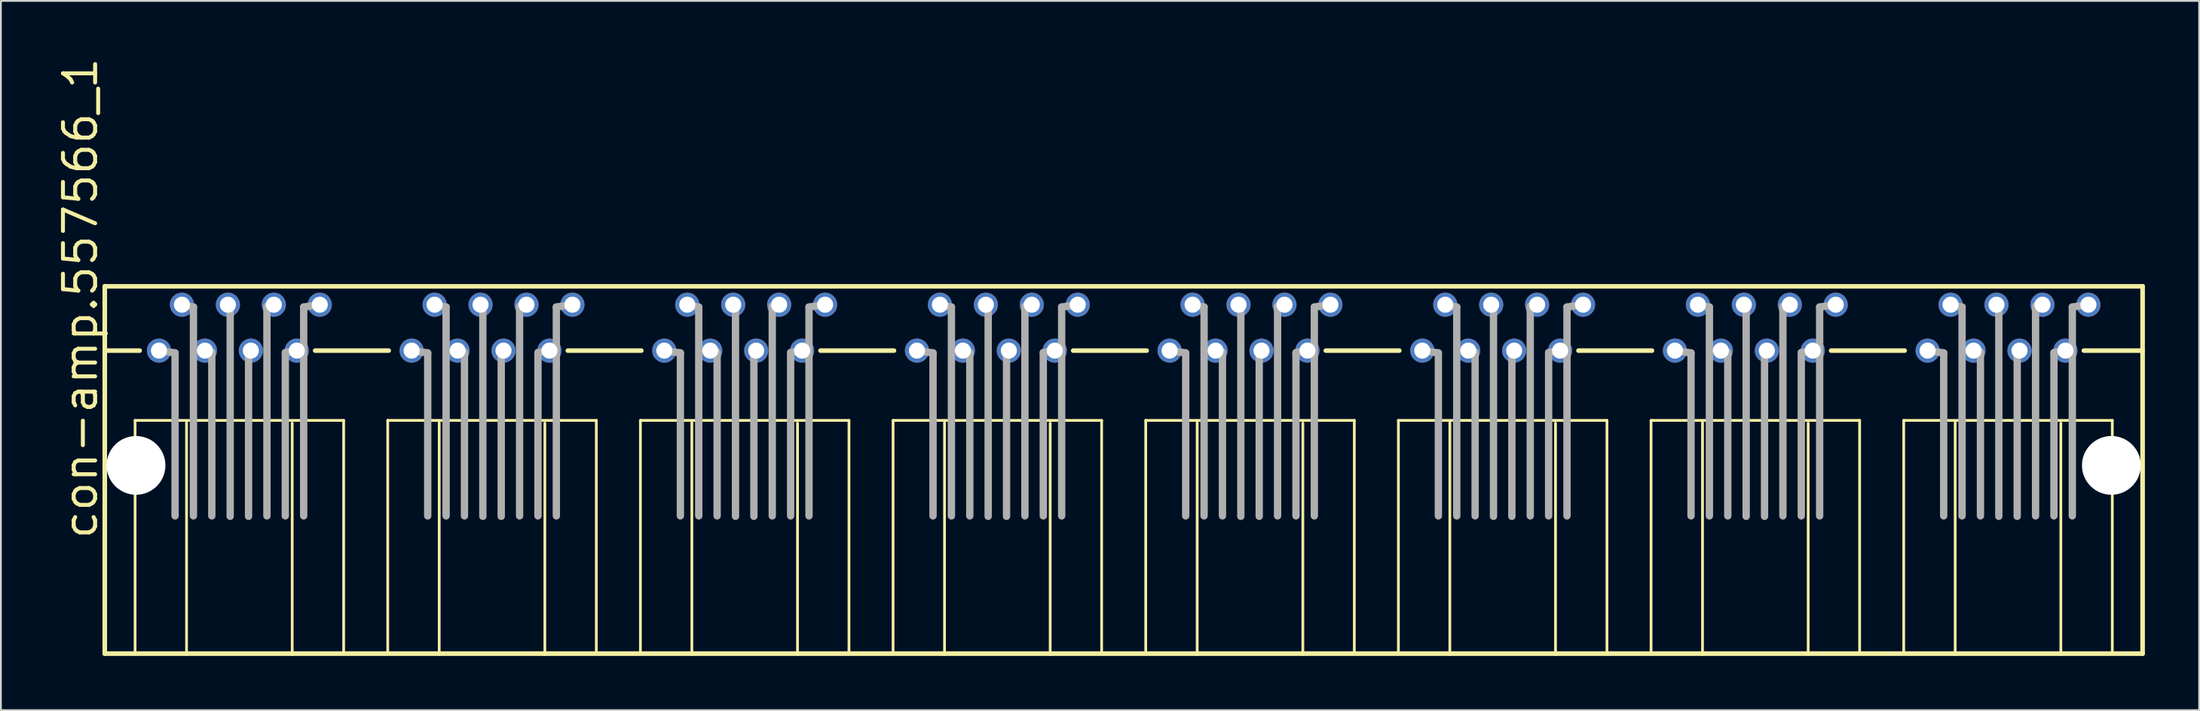
<source format=kicad_pcb>
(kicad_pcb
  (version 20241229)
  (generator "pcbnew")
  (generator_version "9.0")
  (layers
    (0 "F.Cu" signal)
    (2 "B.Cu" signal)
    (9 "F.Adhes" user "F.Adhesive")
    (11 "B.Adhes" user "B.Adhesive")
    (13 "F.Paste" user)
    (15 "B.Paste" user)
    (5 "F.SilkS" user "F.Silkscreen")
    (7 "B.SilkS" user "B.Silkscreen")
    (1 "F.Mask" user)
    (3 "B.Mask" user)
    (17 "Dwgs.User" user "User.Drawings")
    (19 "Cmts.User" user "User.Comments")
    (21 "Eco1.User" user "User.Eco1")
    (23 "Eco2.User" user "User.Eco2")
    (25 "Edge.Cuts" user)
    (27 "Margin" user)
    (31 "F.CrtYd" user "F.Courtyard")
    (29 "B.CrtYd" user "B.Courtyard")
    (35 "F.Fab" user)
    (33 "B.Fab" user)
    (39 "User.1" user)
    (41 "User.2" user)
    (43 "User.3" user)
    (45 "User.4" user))
  (footprint "con-amp.557566_1"
    (layer "F.Cu")
    (at 59.08 22.699)
    (property "Reference" "con-amp.557566_1" (at -56.642 4.191 90) (layer "F.SilkS") (effects (font (size 1.778 1.778) (thickness 0.22)) (justify left bottom)))
    (attr through_hole)
    (fp_line (start -56.337 -9.906) (end -56.337 -6.35) (stroke (width 0.254) (type default)) (layer "F.SilkS"))
    (fp_line (start -56.337 -6.35) (end -56.337 10.414) (stroke (width 0.254) (type default)) (layer "F.SilkS"))
    (fp_line (start -56.337 10.414) (end -51.816 10.414) (stroke (width 0.254) (type default)) (layer "F.SilkS"))
    (fp_line (start -54.661 -2.489) (end -54.661 10.363) (stroke (width 0.152) (type default)) (layer "F.SilkS"))
    (fp_line (start -54.407 -6.35) (end -56.337 -6.35) (stroke (width 0.254) (type default)) (layer "F.SilkS"))
    (fp_line (start -51.816 10.414) (end -51.816 -2.362) (stroke (width 0.152) (type default)) (layer "F.SilkS"))
    (fp_line (start -51.816 10.414) (end -45.974 10.414) (stroke (width 0.254) (type default)) (layer "F.SilkS"))
    (fp_line (start -45.974 -2.337) (end -45.974 10.414) (stroke (width 0.152) (type default)) (layer "F.SilkS"))
    (fp_line (start -45.974 10.414) (end -37.846 10.414) (stroke (width 0.254) (type default)) (layer "F.SilkS"))
    (fp_line (start -44.704 -6.35) (end -40.64 -6.35) (stroke (width 0.254) (type default)) (layer "F.SilkS"))
    (fp_line (start -43.129 -2.489) (end -54.661 -2.489) (stroke (width 0.152) (type default)) (layer "F.SilkS"))
    (fp_line (start -43.129 10.363) (end -43.129 -2.489) (stroke (width 0.152) (type default)) (layer "F.SilkS"))
    (fp_line (start -40.691 -2.489) (end -40.691 10.363) (stroke (width 0.152) (type default)) (layer "F.SilkS"))
    (fp_line (start -37.846 10.414) (end -37.846 -2.362) (stroke (width 0.152) (type default)) (layer "F.SilkS"))
    (fp_line (start -37.846 10.414) (end -32.004 10.414) (stroke (width 0.254) (type default)) (layer "F.SilkS"))
    (fp_line (start -32.004 -2.337) (end -32.004 10.414) (stroke (width 0.152) (type default)) (layer "F.SilkS"))
    (fp_line (start -32.004 10.414) (end -23.876 10.414) (stroke (width 0.254) (type default)) (layer "F.SilkS"))
    (fp_line (start -30.734 -6.35) (end -26.67 -6.35) (stroke (width 0.254) (type default)) (layer "F.SilkS"))
    (fp_line (start -29.159 -2.489) (end -40.691 -2.489) (stroke (width 0.152) (type default)) (layer "F.SilkS"))
    (fp_line (start -29.159 10.363) (end -29.159 -2.489) (stroke (width 0.152) (type default)) (layer "F.SilkS"))
    (fp_line (start -26.721 -2.489) (end -26.721 10.363) (stroke (width 0.152) (type default)) (layer "F.SilkS"))
    (fp_line (start -23.876 10.414) (end -23.876 -2.362) (stroke (width 0.152) (type default)) (layer "F.SilkS"))
    (fp_line (start -23.876 10.414) (end -18.034 10.414) (stroke (width 0.254) (type default)) (layer "F.SilkS"))
    (fp_line (start -18.034 -2.337) (end -18.034 10.414) (stroke (width 0.152) (type default)) (layer "F.SilkS"))
    (fp_line (start -18.034 10.414) (end -9.906 10.414) (stroke (width 0.254) (type default)) (layer "F.SilkS"))
    (fp_line (start -16.764 -6.35) (end -12.7 -6.35) (stroke (width 0.254) (type default)) (layer "F.SilkS"))
    (fp_line (start -15.189 -2.489) (end -26.721 -2.489) (stroke (width 0.152) (type default)) (layer "F.SilkS"))
    (fp_line (start -15.189 10.363) (end -15.189 -2.489) (stroke (width 0.152) (type default)) (layer "F.SilkS"))
    (fp_line (start -12.751 -2.489) (end -12.751 10.363) (stroke (width 0.152) (type default)) (layer "F.SilkS"))
    (fp_line (start -9.906 10.414) (end -9.906 -2.362) (stroke (width 0.152) (type default)) (layer "F.SilkS"))
    (fp_line (start -9.906 10.414) (end -4.064 10.414) (stroke (width 0.254) (type default)) (layer "F.SilkS"))
    (fp_line (start -4.064 -2.337) (end -4.064 10.414) (stroke (width 0.152) (type default)) (layer "F.SilkS"))
    (fp_line (start -4.064 10.414) (end 4.064 10.414) (stroke (width 0.254) (type default)) (layer "F.SilkS"))
    (fp_line (start -2.794 -6.35) (end 1.27 -6.35) (stroke (width 0.254) (type default)) (layer "F.SilkS"))
    (fp_line (start -1.219 -2.489) (end -12.751 -2.489) (stroke (width 0.152) (type default)) (layer "F.SilkS"))
    (fp_line (start -1.219 10.363) (end -1.219 -2.489) (stroke (width 0.152) (type default)) (layer "F.SilkS"))
    (fp_line (start 1.219 -2.489) (end 1.219 10.363) (stroke (width 0.152) (type default)) (layer "F.SilkS"))
    (fp_line (start 4.064 10.414) (end 4.064 -2.362) (stroke (width 0.152) (type default)) (layer "F.SilkS"))
    (fp_line (start 4.064 10.414) (end 9.906 10.414) (stroke (width 0.254) (type default)) (layer "F.SilkS"))
    (fp_line (start 9.906 -2.337) (end 9.906 10.414) (stroke (width 0.152) (type default)) (layer "F.SilkS"))
    (fp_line (start 9.906 10.414) (end 18.034 10.414) (stroke (width 0.254) (type default)) (layer "F.SilkS"))
    (fp_line (start 11.176 -6.35) (end 15.24 -6.35) (stroke (width 0.254) (type default)) (layer "F.SilkS"))
    (fp_line (start 12.751 -2.489) (end 1.219 -2.489) (stroke (width 0.152) (type default)) (layer "F.SilkS"))
    (fp_line (start 12.751 10.363) (end 12.751 -2.489) (stroke (width 0.152) (type default)) (layer "F.SilkS"))
    (fp_line (start 15.189 -2.489) (end 15.189 10.363) (stroke (width 0.152) (type default)) (layer "F.SilkS"))
    (fp_line (start 18.034 10.414) (end 18.034 -2.362) (stroke (width 0.152) (type default)) (layer "F.SilkS"))
    (fp_line (start 18.034 10.414) (end 23.876 10.414) (stroke (width 0.254) (type default)) (layer "F.SilkS"))
    (fp_line (start 23.876 -2.337) (end 23.876 10.414) (stroke (width 0.152) (type default)) (layer "F.SilkS"))
    (fp_line (start 23.876 10.414) (end 32.004 10.414) (stroke (width 0.254) (type default)) (layer "F.SilkS"))
    (fp_line (start 25.146 -6.35) (end 29.21 -6.35) (stroke (width 0.254) (type default)) (layer "F.SilkS"))
    (fp_line (start 26.721 -2.489) (end 15.189 -2.489) (stroke (width 0.152) (type default)) (layer "F.SilkS"))
    (fp_line (start 26.721 10.363) (end 26.721 -2.489) (stroke (width 0.152) (type default)) (layer "F.SilkS"))
    (fp_line (start 29.159 -2.489) (end 29.159 10.363) (stroke (width 0.152) (type default)) (layer "F.SilkS"))
    (fp_line (start 32.004 10.414) (end 32.004 -2.362) (stroke (width 0.152) (type default)) (layer "F.SilkS"))
    (fp_line (start 32.004 10.414) (end 37.846 10.414) (stroke (width 0.254) (type default)) (layer "F.SilkS"))
    (fp_line (start 37.846 -2.337) (end 37.846 10.414) (stroke (width 0.152) (type default)) (layer "F.SilkS"))
    (fp_line (start 37.846 10.414) (end 45.974 10.414) (stroke (width 0.254) (type default)) (layer "F.SilkS"))
    (fp_line (start 39.116 -6.35) (end 43.18 -6.35) (stroke (width 0.254) (type default)) (layer "F.SilkS"))
    (fp_line (start 40.691 -2.489) (end 29.159 -2.489) (stroke (width 0.152) (type default)) (layer "F.SilkS"))
    (fp_line (start 40.691 10.363) (end 40.691 -2.489) (stroke (width 0.152) (type default)) (layer "F.SilkS"))
    (fp_line (start 43.129 -2.489) (end 43.129 10.363) (stroke (width 0.152) (type default)) (layer "F.SilkS"))
    (fp_line (start 45.974 10.414) (end 45.974 -2.362) (stroke (width 0.152) (type default)) (layer "F.SilkS"))
    (fp_line (start 45.974 10.414) (end 51.816 10.414) (stroke (width 0.254) (type default)) (layer "F.SilkS"))
    (fp_line (start 51.816 -2.337) (end 51.816 10.414) (stroke (width 0.152) (type default)) (layer "F.SilkS"))
    (fp_line (start 51.816 10.414) (end 56.337 10.414) (stroke (width 0.254) (type default)) (layer "F.SilkS"))
    (fp_line (start 53.086 -6.35) (end 56.337 -6.35) (stroke (width 0.254) (type default)) (layer "F.SilkS"))
    (fp_line (start 54.661 -2.489) (end 43.129 -2.489) (stroke (width 0.152) (type default)) (layer "F.SilkS"))
    (fp_line (start 54.661 10.363) (end 54.661 -2.489) (stroke (width 0.152) (type default)) (layer "F.SilkS"))
    (fp_line (start 56.337 -9.906) (end -56.337 -9.906) (stroke (width 0.254) (type default)) (layer "F.SilkS"))
    (fp_line (start 56.337 -6.35) (end 56.337 -9.906) (stroke (width 0.254) (type default)) (layer "F.SilkS"))
    (fp_line (start 56.337 10.414) (end 56.337 -6.35) (stroke (width 0.254) (type default)) (layer "F.SilkS"))
    (fp_line (start -53.34 -6.35) (end -52.451 -6.223) (stroke (width 0.406) (type default)) (layer "F.Fab"))
    (fp_line (start -52.451 -6.223) (end -52.451 2.794) (stroke (width 0.406) (type default)) (layer "F.Fab"))
    (fp_line (start -52.07 -8.865) (end -51.435 -8.763) (stroke (width 0.406) (type default)) (layer "F.Fab"))
    (fp_line (start -51.435 -8.763) (end -51.435 2.794) (stroke (width 0.406) (type default)) (layer "F.Fab"))
    (fp_line (start -50.8 -6.35) (end -50.419 -6.274) (stroke (width 0.406) (type default)) (layer "F.Fab"))
    (fp_line (start -50.419 -6.223) (end -50.419 2.794) (stroke (width 0.406) (type default)) (layer "F.Fab"))
    (fp_line (start -49.53 -8.89) (end -49.403 -8.865) (stroke (width 0.406) (type default)) (layer "F.Fab"))
    (fp_line (start -49.403 -8.763) (end -49.403 2.819) (stroke (width 0.406) (type default)) (layer "F.Fab"))
    (fp_line (start -48.387 -6.223) (end -48.387 2.819) (stroke (width 0.406) (type default)) (layer "F.Fab"))
    (fp_line (start -48.26 -6.35) (end -48.387 -6.299) (stroke (width 0.406) (type default)) (layer "F.Fab"))
    (fp_line (start -47.371 -8.763) (end -47.371 2.794) (stroke (width 0.406) (type default)) (layer "F.Fab"))
    (fp_line (start -46.99 -8.89) (end -47.371 -8.814) (stroke (width 0.406) (type default)) (layer "F.Fab"))
    (fp_line (start -46.355 -6.223) (end -46.355 2.794) (stroke (width 0.406) (type default)) (layer "F.Fab"))
    (fp_line (start -45.72 -6.35) (end -46.355 -6.248) (stroke (width 0.406) (type default)) (layer "F.Fab"))
    (fp_line (start -45.339 -8.763) (end -45.339 2.794) (stroke (width 0.406) (type default)) (layer "F.Fab"))
    (fp_line (start -44.45 -8.89) (end -45.339 -8.763) (stroke (width 0.406) (type default)) (layer "F.Fab"))
    (fp_line (start -39.37 -6.35) (end -38.481 -6.223) (stroke (width 0.406) (type default)) (layer "F.Fab"))
    (fp_line (start -38.481 -6.223) (end -38.481 2.794) (stroke (width 0.406) (type default)) (layer "F.Fab"))
    (fp_line (start -38.1 -8.865) (end -37.465 -8.763) (stroke (width 0.406) (type default)) (layer "F.Fab"))
    (fp_line (start -37.465 -8.763) (end -37.465 2.794) (stroke (width 0.406) (type default)) (layer "F.Fab"))
    (fp_line (start -36.83 -6.35) (end -36.449 -6.274) (stroke (width 0.406) (type default)) (layer "F.Fab"))
    (fp_line (start -36.449 -6.223) (end -36.449 2.794) (stroke (width 0.406) (type default)) (layer "F.Fab"))
    (fp_line (start -35.56 -8.89) (end -35.433 -8.865) (stroke (width 0.406) (type default)) (layer "F.Fab"))
    (fp_line (start -35.433 -8.763) (end -35.433 2.819) (stroke (width 0.406) (type default)) (layer "F.Fab"))
    (fp_line (start -34.417 -6.223) (end -34.417 2.819) (stroke (width 0.406) (type default)) (layer "F.Fab"))
    (fp_line (start -34.29 -6.35) (end -34.417 -6.299) (stroke (width 0.406) (type default)) (layer "F.Fab"))
    (fp_line (start -33.401 -8.763) (end -33.401 2.794) (stroke (width 0.406) (type default)) (layer "F.Fab"))
    (fp_line (start -33.02 -8.89) (end -33.401 -8.814) (stroke (width 0.406) (type default)) (layer "F.Fab"))
    (fp_line (start -32.385 -6.223) (end -32.385 2.794) (stroke (width 0.406) (type default)) (layer "F.Fab"))
    (fp_line (start -31.75 -6.35) (end -32.385 -6.248) (stroke (width 0.406) (type default)) (layer "F.Fab"))
    (fp_line (start -31.369 -8.763) (end -31.369 2.794) (stroke (width 0.406) (type default)) (layer "F.Fab"))
    (fp_line (start -30.48 -8.89) (end -31.369 -8.763) (stroke (width 0.406) (type default)) (layer "F.Fab"))
    (fp_line (start -25.4 -6.35) (end -24.511 -6.223) (stroke (width 0.406) (type default)) (layer "F.Fab"))
    (fp_line (start -24.511 -6.223) (end -24.511 2.794) (stroke (width 0.406) (type default)) (layer "F.Fab"))
    (fp_line (start -24.13 -8.865) (end -23.495 -8.763) (stroke (width 0.406) (type default)) (layer "F.Fab"))
    (fp_line (start -23.495 -8.763) (end -23.495 2.794) (stroke (width 0.406) (type default)) (layer "F.Fab"))
    (fp_line (start -22.86 -6.35) (end -22.479 -6.274) (stroke (width 0.406) (type default)) (layer "F.Fab"))
    (fp_line (start -22.479 -6.223) (end -22.479 2.794) (stroke (width 0.406) (type default)) (layer "F.Fab"))
    (fp_line (start -21.59 -8.89) (end -21.463 -8.865) (stroke (width 0.406) (type default)) (layer "F.Fab"))
    (fp_line (start -21.463 -8.763) (end -21.463 2.819) (stroke (width 0.406) (type default)) (layer "F.Fab"))
    (fp_line (start -20.447 -6.223) (end -20.447 2.819) (stroke (width 0.406) (type default)) (layer "F.Fab"))
    (fp_line (start -20.32 -6.35) (end -20.447 -6.299) (stroke (width 0.406) (type default)) (layer "F.Fab"))
    (fp_line (start -19.431 -8.763) (end -19.431 2.794) (stroke (width 0.406) (type default)) (layer "F.Fab"))
    (fp_line (start -19.05 -8.89) (end -19.431 -8.814) (stroke (width 0.406) (type default)) (layer "F.Fab"))
    (fp_line (start -18.415 -6.223) (end -18.415 2.794) (stroke (width 0.406) (type default)) (layer "F.Fab"))
    (fp_line (start -17.78 -6.35) (end -18.415 -6.248) (stroke (width 0.406) (type default)) (layer "F.Fab"))
    (fp_line (start -17.399 -8.763) (end -17.399 2.794) (stroke (width 0.406) (type default)) (layer "F.Fab"))
    (fp_line (start -16.51 -8.89) (end -17.399 -8.763) (stroke (width 0.406) (type default)) (layer "F.Fab"))
    (fp_line (start -11.43 -6.35) (end -10.541 -6.223) (stroke (width 0.406) (type default)) (layer "F.Fab"))
    (fp_line (start -10.541 -6.223) (end -10.541 2.794) (stroke (width 0.406) (type default)) (layer "F.Fab"))
    (fp_line (start -10.16 -8.865) (end -9.525 -8.763) (stroke (width 0.406) (type default)) (layer "F.Fab"))
    (fp_line (start -9.525 -8.763) (end -9.525 2.794) (stroke (width 0.406) (type default)) (layer "F.Fab"))
    (fp_line (start -8.89 -6.35) (end -8.509 -6.274) (stroke (width 0.406) (type default)) (layer "F.Fab"))
    (fp_line (start -8.509 -6.223) (end -8.509 2.794) (stroke (width 0.406) (type default)) (layer "F.Fab"))
    (fp_line (start -7.62 -8.89) (end -7.493 -8.865) (stroke (width 0.406) (type default)) (layer "F.Fab"))
    (fp_line (start -7.493 -8.763) (end -7.493 2.819) (stroke (width 0.406) (type default)) (layer "F.Fab"))
    (fp_line (start -6.477 -6.223) (end -6.477 2.819) (stroke (width 0.406) (type default)) (layer "F.Fab"))
    (fp_line (start -6.35 -6.35) (end -6.477 -6.299) (stroke (width 0.406) (type default)) (layer "F.Fab"))
    (fp_line (start -5.461 -8.763) (end -5.461 2.794) (stroke (width 0.406) (type default)) (layer "F.Fab"))
    (fp_line (start -5.08 -8.89) (end -5.461 -8.814) (stroke (width 0.406) (type default)) (layer "F.Fab"))
    (fp_line (start -4.445 -6.223) (end -4.445 2.794) (stroke (width 0.406) (type default)) (layer "F.Fab"))
    (fp_line (start -3.81 -6.35) (end -4.445 -6.248) (stroke (width 0.406) (type default)) (layer "F.Fab"))
    (fp_line (start -3.429 -8.763) (end -3.429 2.794) (stroke (width 0.406) (type default)) (layer "F.Fab"))
    (fp_line (start -2.54 -8.89) (end -3.429 -8.763) (stroke (width 0.406) (type default)) (layer "F.Fab"))
    (fp_line (start 2.54 -6.35) (end 3.429 -6.223) (stroke (width 0.406) (type default)) (layer "F.Fab"))
    (fp_line (start 3.429 -6.223) (end 3.429 2.794) (stroke (width 0.406) (type default)) (layer "F.Fab"))
    (fp_line (start 3.81 -8.865) (end 4.445 -8.763) (stroke (width 0.406) (type default)) (layer "F.Fab"))
    (fp_line (start 4.445 -8.763) (end 4.445 2.794) (stroke (width 0.406) (type default)) (layer "F.Fab"))
    (fp_line (start 5.08 -6.35) (end 5.461 -6.274) (stroke (width 0.406) (type default)) (layer "F.Fab"))
    (fp_line (start 5.461 -6.223) (end 5.461 2.794) (stroke (width 0.406) (type default)) (layer "F.Fab"))
    (fp_line (start 6.35 -8.89) (end 6.477 -8.865) (stroke (width 0.406) (type default)) (layer "F.Fab"))
    (fp_line (start 6.477 -8.763) (end 6.477 2.819) (stroke (width 0.406) (type default)) (layer "F.Fab"))
    (fp_line (start 7.493 -6.223) (end 7.493 2.819) (stroke (width 0.406) (type default)) (layer "F.Fab"))
    (fp_line (start 7.62 -6.35) (end 7.493 -6.299) (stroke (width 0.406) (type default)) (layer "F.Fab"))
    (fp_line (start 8.509 -8.763) (end 8.509 2.794) (stroke (width 0.406) (type default)) (layer "F.Fab"))
    (fp_line (start 8.89 -8.89) (end 8.509 -8.814) (stroke (width 0.406) (type default)) (layer "F.Fab"))
    (fp_line (start 9.525 -6.223) (end 9.525 2.794) (stroke (width 0.406) (type default)) (layer "F.Fab"))
    (fp_line (start 10.16 -6.35) (end 9.525 -6.248) (stroke (width 0.406) (type default)) (layer "F.Fab"))
    (fp_line (start 10.541 -8.763) (end 10.541 2.794) (stroke (width 0.406) (type default)) (layer "F.Fab"))
    (fp_line (start 11.43 -8.89) (end 10.541 -8.763) (stroke (width 0.406) (type default)) (layer "F.Fab"))
    (fp_line (start 16.51 -6.35) (end 17.399 -6.223) (stroke (width 0.406) (type default)) (layer "F.Fab"))
    (fp_line (start 17.399 -6.223) (end 17.399 2.794) (stroke (width 0.406) (type default)) (layer "F.Fab"))
    (fp_line (start 17.78 -8.865) (end 18.415 -8.763) (stroke (width 0.406) (type default)) (layer "F.Fab"))
    (fp_line (start 18.415 -8.763) (end 18.415 2.794) (stroke (width 0.406) (type default)) (layer "F.Fab"))
    (fp_line (start 19.05 -6.35) (end 19.431 -6.274) (stroke (width 0.406) (type default)) (layer "F.Fab"))
    (fp_line (start 19.431 -6.223) (end 19.431 2.794) (stroke (width 0.406) (type default)) (layer "F.Fab"))
    (fp_line (start 20.32 -8.89) (end 20.447 -8.865) (stroke (width 0.406) (type default)) (layer "F.Fab"))
    (fp_line (start 20.447 -8.763) (end 20.447 2.819) (stroke (width 0.406) (type default)) (layer "F.Fab"))
    (fp_line (start 21.463 -6.223) (end 21.463 2.819) (stroke (width 0.406) (type default)) (layer "F.Fab"))
    (fp_line (start 21.59 -6.35) (end 21.463 -6.299) (stroke (width 0.406) (type default)) (layer "F.Fab"))
    (fp_line (start 22.479 -8.763) (end 22.479 2.794) (stroke (width 0.406) (type default)) (layer "F.Fab"))
    (fp_line (start 22.86 -8.89) (end 22.479 -8.814) (stroke (width 0.406) (type default)) (layer "F.Fab"))
    (fp_line (start 23.495 -6.223) (end 23.495 2.794) (stroke (width 0.406) (type default)) (layer "F.Fab"))
    (fp_line (start 24.13 -6.35) (end 23.495 -6.248) (stroke (width 0.406) (type default)) (layer "F.Fab"))
    (fp_line (start 24.511 -8.763) (end 24.511 2.794) (stroke (width 0.406) (type default)) (layer "F.Fab"))
    (fp_line (start 25.4 -8.89) (end 24.511 -8.763) (stroke (width 0.406) (type default)) (layer "F.Fab"))
    (fp_line (start 30.48 -6.35) (end 31.369 -6.223) (stroke (width 0.406) (type default)) (layer "F.Fab"))
    (fp_line (start 31.369 -6.223) (end 31.369 2.794) (stroke (width 0.406) (type default)) (layer "F.Fab"))
    (fp_line (start 31.75 -8.865) (end 32.385 -8.763) (stroke (width 0.406) (type default)) (layer "F.Fab"))
    (fp_line (start 32.385 -8.763) (end 32.385 2.794) (stroke (width 0.406) (type default)) (layer "F.Fab"))
    (fp_line (start 33.02 -6.35) (end 33.401 -6.274) (stroke (width 0.406) (type default)) (layer "F.Fab"))
    (fp_line (start 33.401 -6.223) (end 33.401 2.794) (stroke (width 0.406) (type default)) (layer "F.Fab"))
    (fp_line (start 34.29 -8.89) (end 34.417 -8.865) (stroke (width 0.406) (type default)) (layer "F.Fab"))
    (fp_line (start 34.417 -8.763) (end 34.417 2.819) (stroke (width 0.406) (type default)) (layer "F.Fab"))
    (fp_line (start 35.433 -6.223) (end 35.433 2.819) (stroke (width 0.406) (type default)) (layer "F.Fab"))
    (fp_line (start 35.56 -6.35) (end 35.433 -6.299) (stroke (width 0.406) (type default)) (layer "F.Fab"))
    (fp_line (start 36.449 -8.763) (end 36.449 2.794) (stroke (width 0.406) (type default)) (layer "F.Fab"))
    (fp_line (start 36.83 -8.89) (end 36.449 -8.814) (stroke (width 0.406) (type default)) (layer "F.Fab"))
    (fp_line (start 37.465 -6.223) (end 37.465 2.794) (stroke (width 0.406) (type default)) (layer "F.Fab"))
    (fp_line (start 38.1 -6.35) (end 37.465 -6.248) (stroke (width 0.406) (type default)) (layer "F.Fab"))
    (fp_line (start 38.481 -8.763) (end 38.481 2.794) (stroke (width 0.406) (type default)) (layer "F.Fab"))
    (fp_line (start 39.37 -8.89) (end 38.481 -8.763) (stroke (width 0.406) (type default)) (layer "F.Fab"))
    (fp_line (start 44.45 -6.35) (end 45.339 -6.223) (stroke (width 0.406) (type default)) (layer "F.Fab"))
    (fp_line (start 45.339 -6.223) (end 45.339 2.794) (stroke (width 0.406) (type default)) (layer "F.Fab"))
    (fp_line (start 45.72 -8.865) (end 46.355 -8.763) (stroke (width 0.406) (type default)) (layer "F.Fab"))
    (fp_line (start 46.355 -8.763) (end 46.355 2.794) (stroke (width 0.406) (type default)) (layer "F.Fab"))
    (fp_line (start 46.99 -6.35) (end 47.371 -6.274) (stroke (width 0.406) (type default)) (layer "F.Fab"))
    (fp_line (start 47.371 -6.223) (end 47.371 2.794) (stroke (width 0.406) (type default)) (layer "F.Fab"))
    (fp_line (start 48.26 -8.89) (end 48.387 -8.865) (stroke (width 0.406) (type default)) (layer "F.Fab"))
    (fp_line (start 48.387 -8.763) (end 48.387 2.819) (stroke (width 0.406) (type default)) (layer "F.Fab"))
    (fp_line (start 49.403 -6.223) (end 49.403 2.819) (stroke (width 0.406) (type default)) (layer "F.Fab"))
    (fp_line (start 49.53 -6.35) (end 49.403 -6.299) (stroke (width 0.406) (type default)) (layer "F.Fab"))
    (fp_line (start 50.419 -8.763) (end 50.419 2.794) (stroke (width 0.406) (type default)) (layer "F.Fab"))
    (fp_line (start 50.8 -8.89) (end 50.419 -8.814) (stroke (width 0.406) (type default)) (layer "F.Fab"))
    (fp_line (start 51.435 -6.223) (end 51.435 2.794) (stroke (width 0.406) (type default)) (layer "F.Fab"))
    (fp_line (start 52.07 -6.35) (end 51.435 -6.248) (stroke (width 0.406) (type default)) (layer "F.Fab"))
    (fp_line (start 52.451 -8.763) (end 52.451 2.794) (stroke (width 0.406) (type default)) (layer "F.Fab"))
    (fp_line (start 53.34 -8.89) (end 52.451 -8.763) (stroke (width 0.406) (type default)) (layer "F.Fab"))
    (pad "" np_thru_hole circle (at -54.61 0) (size 3.251 3.251) (drill 3.251) (layers "*.Cu" "*.Mask"))
    (pad "" np_thru_hole circle (at 54.61 0) (size 3.251 3.251) (drill 3.251) (layers "*.Cu" "*.Mask"))
    (pad "1-1" thru_hole circle (at -53.34 -6.35) (size 1.333 1.333) (drill 0.889) (layers "*.Cu" "*.Mask"))
    (pad "1-2" thru_hole circle (at -52.07 -8.89) (size 1.333 1.333) (drill 0.889) (layers "*.Cu" "*.Mask"))
    (pad "1-3" thru_hole circle (at -50.8 -6.35) (size 1.333 1.333) (drill 0.889) (layers "*.Cu" "*.Mask"))
    (pad "1-4" thru_hole circle (at -49.53 -8.89) (size 1.333 1.333) (drill 0.889) (layers "*.Cu" "*.Mask"))
    (pad "1-5" thru_hole circle (at -48.26 -6.35) (size 1.333 1.333) (drill 0.889) (layers "*.Cu" "*.Mask"))
    (pad "1-6" thru_hole circle (at -46.99 -8.89) (size 1.333 1.333) (drill 0.889) (layers "*.Cu" "*.Mask"))
    (pad "1-7" thru_hole circle (at -45.72 -6.35) (size 1.333 1.333) (drill 0.889) (layers "*.Cu" "*.Mask"))
    (pad "1-8" thru_hole circle (at -44.45 -8.89) (size 1.333 1.333) (drill 0.889) (layers "*.Cu" "*.Mask"))
    (pad "2-1" thru_hole circle (at -39.37 -6.35) (size 1.333 1.333) (drill 0.889) (layers "*.Cu" "*.Mask"))
    (pad "2-2" thru_hole circle (at -38.1 -8.89) (size 1.333 1.333) (drill 0.889) (layers "*.Cu" "*.Mask"))
    (pad "2-3" thru_hole circle (at -36.83 -6.35) (size 1.333 1.333) (drill 0.889) (layers "*.Cu" "*.Mask"))
    (pad "2-4" thru_hole circle (at -35.56 -8.89) (size 1.333 1.333) (drill 0.889) (layers "*.Cu" "*.Mask"))
    (pad "2-5" thru_hole circle (at -34.29 -6.35) (size 1.333 1.333) (drill 0.889) (layers "*.Cu" "*.Mask"))
    (pad "2-6" thru_hole circle (at -33.02 -8.89) (size 1.333 1.333) (drill 0.889) (layers "*.Cu" "*.Mask"))
    (pad "2-7" thru_hole circle (at -31.75 -6.35) (size 1.333 1.333) (drill 0.889) (layers "*.Cu" "*.Mask"))
    (pad "2-8" thru_hole circle (at -30.48 -8.89) (size 1.333 1.333) (drill 0.889) (layers "*.Cu" "*.Mask"))
    (pad "3-1" thru_hole circle (at -25.4 -6.35) (size 1.333 1.333) (drill 0.889) (layers "*.Cu" "*.Mask"))
    (pad "3-2" thru_hole circle (at -24.13 -8.89) (size 1.333 1.333) (drill 0.889) (layers "*.Cu" "*.Mask"))
    (pad "3-3" thru_hole circle (at -22.86 -6.35) (size 1.333 1.333) (drill 0.889) (layers "*.Cu" "*.Mask"))
    (pad "3-4" thru_hole circle (at -21.59 -8.89) (size 1.333 1.333) (drill 0.889) (layers "*.Cu" "*.Mask"))
    (pad "3-5" thru_hole circle (at -20.32 -6.35) (size 1.333 1.333) (drill 0.889) (layers "*.Cu" "*.Mask"))
    (pad "3-6" thru_hole circle (at -19.05 -8.89) (size 1.333 1.333) (drill 0.889) (layers "*.Cu" "*.Mask"))
    (pad "3-7" thru_hole circle (at -17.78 -6.35) (size 1.333 1.333) (drill 0.889) (layers "*.Cu" "*.Mask"))
    (pad "3-8" thru_hole circle (at -16.51 -8.89) (size 1.333 1.333) (drill 0.889) (layers "*.Cu" "*.Mask"))
    (pad "4-1" thru_hole circle (at -11.43 -6.35) (size 1.333 1.333) (drill 0.889) (layers "*.Cu" "*.Mask"))
    (pad "4-2" thru_hole circle (at -10.16 -8.89) (size 1.333 1.333) (drill 0.889) (layers "*.Cu" "*.Mask"))
    (pad "4-3" thru_hole circle (at -8.89 -6.35) (size 1.333 1.333) (drill 0.889) (layers "*.Cu" "*.Mask"))
    (pad "4-4" thru_hole circle (at -7.62 -8.89) (size 1.333 1.333) (drill 0.889) (layers "*.Cu" "*.Mask"))
    (pad "4-5" thru_hole circle (at -6.35 -6.35) (size 1.333 1.333) (drill 0.889) (layers "*.Cu" "*.Mask"))
    (pad "4-6" thru_hole circle (at -5.08 -8.89) (size 1.333 1.333) (drill 0.889) (layers "*.Cu" "*.Mask"))
    (pad "4-7" thru_hole circle (at -3.81 -6.35) (size 1.333 1.333) (drill 0.889) (layers "*.Cu" "*.Mask"))
    (pad "4-8" thru_hole circle (at -2.54 -8.89) (size 1.333 1.333) (drill 0.889) (layers "*.Cu" "*.Mask"))
    (pad "5-1" thru_hole circle (at 2.54 -6.35) (size 1.333 1.333) (drill 0.889) (layers "*.Cu" "*.Mask"))
    (pad "5-2" thru_hole circle (at 3.81 -8.89) (size 1.333 1.333) (drill 0.889) (layers "*.Cu" "*.Mask"))
    (pad "5-3" thru_hole circle (at 5.08 -6.35) (size 1.333 1.333) (drill 0.889) (layers "*.Cu" "*.Mask"))
    (pad "5-4" thru_hole circle (at 6.35 -8.89) (size 1.333 1.333) (drill 0.889) (layers "*.Cu" "*.Mask"))
    (pad "5-5" thru_hole circle (at 7.62 -6.35) (size 1.333 1.333) (drill 0.889) (layers "*.Cu" "*.Mask"))
    (pad "5-6" thru_hole circle (at 8.89 -8.89) (size 1.333 1.333) (drill 0.889) (layers "*.Cu" "*.Mask"))
    (pad "5-7" thru_hole circle (at 10.16 -6.35) (size 1.333 1.333) (drill 0.889) (layers "*.Cu" "*.Mask"))
    (pad "5-8" thru_hole circle (at 11.43 -8.89) (size 1.333 1.333) (drill 0.889) (layers "*.Cu" "*.Mask"))
    (pad "6-1" thru_hole circle (at 16.51 -6.35) (size 1.333 1.333) (drill 0.889) (layers "*.Cu" "*.Mask"))
    (pad "6-2" thru_hole circle (at 17.78 -8.89) (size 1.333 1.333) (drill 0.889) (layers "*.Cu" "*.Mask"))
    (pad "6-3" thru_hole circle (at 19.05 -6.35) (size 1.333 1.333) (drill 0.889) (layers "*.Cu" "*.Mask"))
    (pad "6-4" thru_hole circle (at 20.32 -8.89) (size 1.333 1.333) (drill 0.889) (layers "*.Cu" "*.Mask"))
    (pad "6-5" thru_hole circle (at 21.59 -6.35) (size 1.333 1.333) (drill 0.889) (layers "*.Cu" "*.Mask"))
    (pad "6-6" thru_hole circle (at 22.86 -8.89) (size 1.333 1.333) (drill 0.889) (layers "*.Cu" "*.Mask"))
    (pad "6-7" thru_hole circle (at 24.13 -6.35) (size 1.333 1.333) (drill 0.889) (layers "*.Cu" "*.Mask"))
    (pad "6-8" thru_hole circle (at 25.4 -8.89) (size 1.333 1.333) (drill 0.889) (layers "*.Cu" "*.Mask"))
    (pad "7-1" thru_hole circle (at 30.48 -6.35) (size 1.333 1.333) (drill 0.889) (layers "*.Cu" "*.Mask"))
    (pad "7-2" thru_hole circle (at 31.75 -8.89) (size 1.333 1.333) (drill 0.889) (layers "*.Cu" "*.Mask"))
    (pad "7-3" thru_hole circle (at 33.02 -6.35) (size 1.333 1.333) (drill 0.889) (layers "*.Cu" "*.Mask"))
    (pad "7-4" thru_hole circle (at 34.29 -8.89) (size 1.333 1.333) (drill 0.889) (layers "*.Cu" "*.Mask"))
    (pad "7-5" thru_hole circle (at 35.56 -6.35) (size 1.333 1.333) (drill 0.889) (layers "*.Cu" "*.Mask"))
    (pad "7-6" thru_hole circle (at 36.83 -8.89) (size 1.333 1.333) (drill 0.889) (layers "*.Cu" "*.Mask"))
    (pad "7-7" thru_hole circle (at 38.1 -6.35) (size 1.333 1.333) (drill 0.889) (layers "*.Cu" "*.Mask"))
    (pad "7-8" thru_hole circle (at 39.37 -8.89) (size 1.333 1.333) (drill 0.889) (layers "*.Cu" "*.Mask"))
    (pad "8-1" thru_hole circle (at 44.45 -6.35) (size 1.333 1.333) (drill 0.889) (layers "*.Cu" "*.Mask"))
    (pad "8-2" thru_hole circle (at 45.72 -8.89) (size 1.333 1.333) (drill 0.889) (layers "*.Cu" "*.Mask"))
    (pad "8-3" thru_hole circle (at 46.99 -6.35) (size 1.333 1.333) (drill 0.889) (layers "*.Cu" "*.Mask"))
    (pad "8-4" thru_hole circle (at 48.26 -8.89) (size 1.333 1.333) (drill 0.889) (layers "*.Cu" "*.Mask"))
    (pad "8-5" thru_hole circle (at 49.53 -6.35) (size 1.333 1.333) (drill 0.889) (layers "*.Cu" "*.Mask"))
    (pad "8-6" thru_hole circle (at 50.8 -8.89) (size 1.333 1.333) (drill 0.889) (layers "*.Cu" "*.Mask"))
    (pad "8-7" thru_hole circle (at 52.07 -6.35) (size 1.333 1.333) (drill 0.889) (layers "*.Cu" "*.Mask"))
    (pad "8-8" thru_hole circle (at 53.34 -8.89) (size 1.333 1.333) (drill 0.889) (layers "*.Cu" "*.Mask")))
  (gr_rect
    (start -3 -3)
    (end 118.544 36.24)
    (stroke (width 0.1) (type default))
    (fill no)
    (layer "Edge.Cuts")))
</source>
